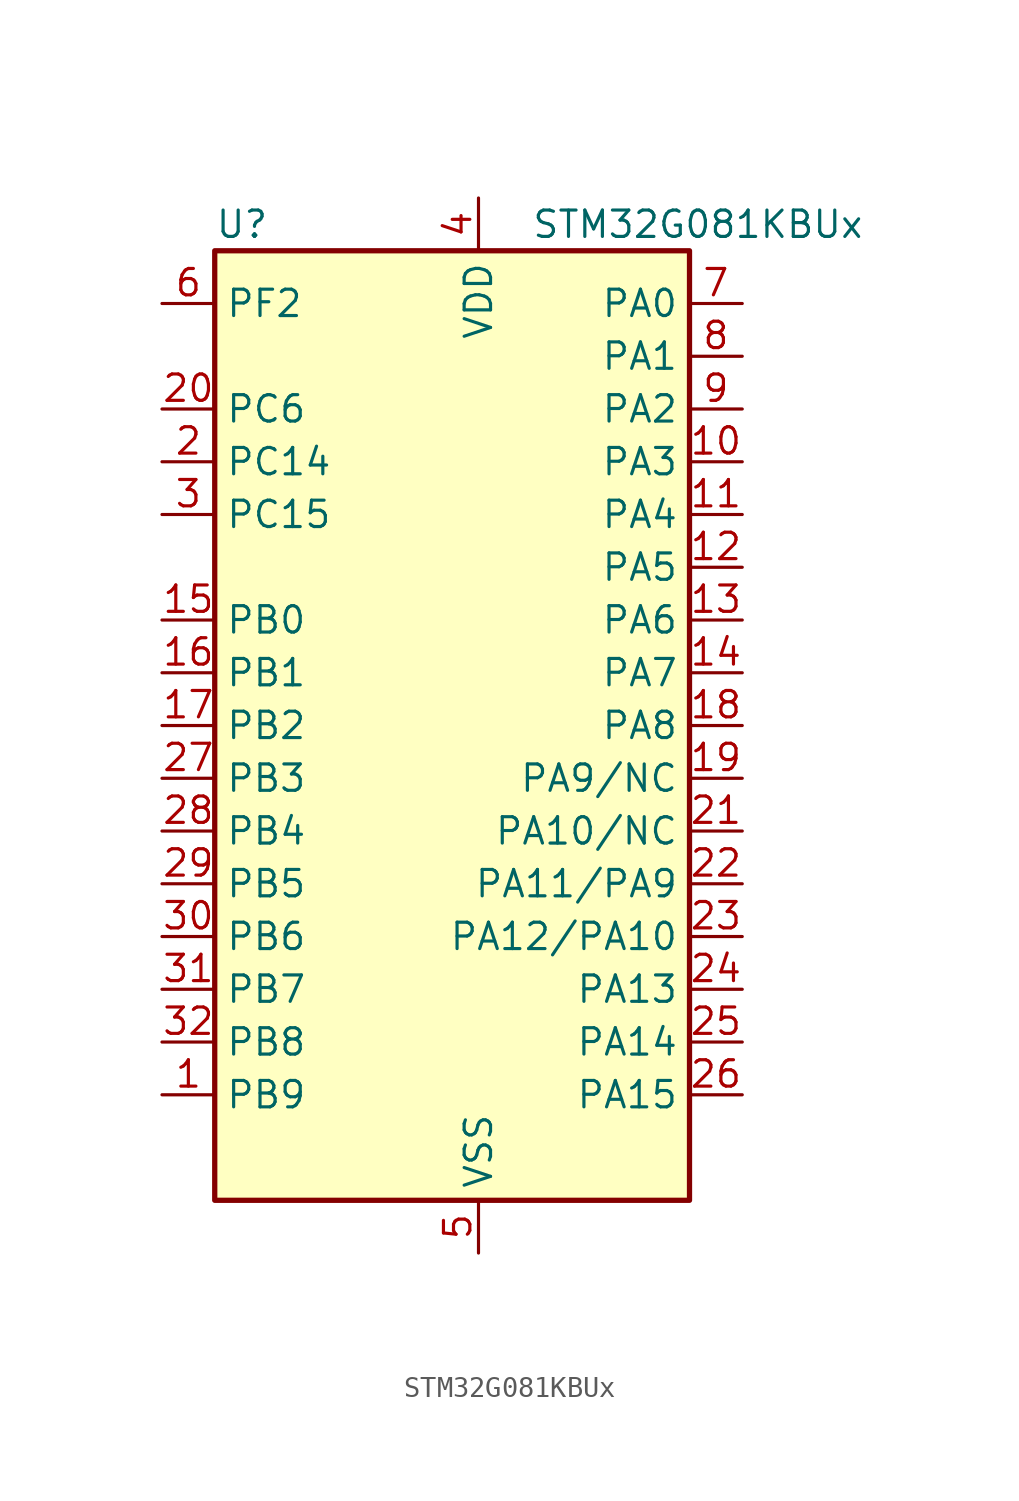
<source format=kicad_sym>
(kicad_symbol_lib
  (version 20220914)
  (generator kicad_symbol_editor)
  (symbol "STM32G081KBUx"
    (property "Reference" "U"
      (at -10.16 24.13 0)
      (effects (font (size 1.27 1.27)) (justify left)))
    (property "Value" "STM32G081KBUx"
      (at 5.08 24.13 0)
      (effects (font (size 1.27 1.27)) (justify left)))
    (property "ki_locked" ""
      (at 0 0 0)
      (effects (font (size 1.27 1.27))))
    (symbol "STM32G081KBUx_0_1"
      (rectangle (start -10.16 -22.86) (end 12.7 22.86) (stroke (width 0.254) (type default)) (fill (type background))))
    (symbol "STM32G081KBUx_1_1"
      (pin bidirectional line (at -12.7 -17.78 0) (length 2.54) (name "PB9" (effects (font (size 1.27 1.27)))) (number "1" (effects (font (size 1.27 1.27)))) (alternate "DAC1_EXTI9" bidirectional line) (alternate "I2C1_SDA" bidirectional line) (alternate "IR_OUT" bidirectional line) (alternate "SPI2_NSS" bidirectional line) (alternate "TIM17_CH1" bidirectional line) (alternate "USART3_RX" bidirectional line))
      (pin bidirectional line (at 15.24 12.7 180) (length 2.54) (name "PA3" (effects (font (size 1.27 1.27)))) (number "10" (effects (font (size 1.27 1.27)))) (alternate "ADC1_IN3" bidirectional line) (alternate "COMP2_INP" bidirectional line) (alternate "LPUART1_RX" bidirectional line) (alternate "SPI2_MISO" bidirectional line) (alternate "TIM15_CH2" bidirectional line) (alternate "TIM2_CH4" bidirectional line) (alternate "USART2_RX" bidirectional line))
      (pin bidirectional line (at 15.24 10.16 180) (length 2.54) (name "PA4" (effects (font (size 1.27 1.27)))) (number "11" (effects (font (size 1.27 1.27)))) (alternate "ADC1_IN4" bidirectional line) (alternate "DAC1_OUT1" bidirectional line) (alternate "I2S1_WS" bidirectional line) (alternate "LPTIM2_OUT" bidirectional line) (alternate "RTC_OUT_ALARM" bidirectional line) (alternate "RTC_OUT_CALIB" bidirectional line) (alternate "RTC_TAMP_IN1" bidirectional line) (alternate "RTC_TS" bidirectional line) (alternate "SPI1_NSS" bidirectional line) (alternate "SPI2_MOSI" bidirectional line) (alternate "SYS_WKUP2" bidirectional line) (alternate "TIM14_CH1" bidirectional line))
      (pin bidirectional line (at 15.24 7.62 180) (length 2.54) (name "PA5" (effects (font (size 1.27 1.27)))) (number "12" (effects (font (size 1.27 1.27)))) (alternate "ADC1_IN5" bidirectional line) (alternate "CEC" bidirectional line) (alternate "DAC1_OUT2" bidirectional line) (alternate "I2S1_CK" bidirectional line) (alternate "LPTIM2_ETR" bidirectional line) (alternate "SPI1_SCK" bidirectional line) (alternate "TIM2_CH1" bidirectional line) (alternate "TIM2_ETR" bidirectional line) (alternate "UCPD1_FRSTX1" bidirectional line) (alternate "UCPD1_FRSTX2" bidirectional line) (alternate "USART3_TX" bidirectional line))
      (pin bidirectional line (at 15.24 5.08 180) (length 2.54) (name "PA6" (effects (font (size 1.27 1.27)))) (number "13" (effects (font (size 1.27 1.27)))) (alternate "ADC1_IN6" bidirectional line) (alternate "COMP1_OUT" bidirectional line) (alternate "I2S1_MCK" bidirectional line) (alternate "LPUART1_CTS" bidirectional line) (alternate "SPI1_MISO" bidirectional line) (alternate "TIM16_CH1" bidirectional line) (alternate "TIM1_BK" bidirectional line) (alternate "TIM3_CH1" bidirectional line) (alternate "USART3_CTS" bidirectional line) (alternate "USART3_NSS" bidirectional line))
      (pin bidirectional line (at 15.24 2.54 180) (length 2.54) (name "PA7" (effects (font (size 1.27 1.27)))) (number "14" (effects (font (size 1.27 1.27)))) (alternate "ADC1_IN7" bidirectional line) (alternate "COMP2_OUT" bidirectional line) (alternate "I2S1_SD" bidirectional line) (alternate "SPI1_MOSI" bidirectional line) (alternate "TIM14_CH1" bidirectional line) (alternate "TIM17_CH1" bidirectional line) (alternate "TIM1_CH1N" bidirectional line) (alternate "TIM3_CH2" bidirectional line) (alternate "UCPD1_FRSTX1" bidirectional line) (alternate "UCPD1_FRSTX2" bidirectional line))
      (pin bidirectional line (at -12.7 5.08 0) (length 2.54) (name "PB0" (effects (font (size 1.27 1.27)))) (number "15" (effects (font (size 1.27 1.27)))) (alternate "ADC1_IN8" bidirectional line) (alternate "COMP1_OUT" bidirectional line) (alternate "I2S1_WS" bidirectional line) (alternate "LPTIM1_OUT" bidirectional line) (alternate "SPI1_NSS" bidirectional line) (alternate "TIM1_CH2N" bidirectional line) (alternate "TIM3_CH3" bidirectional line) (alternate "UCPD1_FRSTX1" bidirectional line) (alternate "UCPD1_FRSTX2" bidirectional line) (alternate "USART3_RX" bidirectional line))
      (pin bidirectional line (at -12.7 2.54 0) (length 2.54) (name "PB1" (effects (font (size 1.27 1.27)))) (number "16" (effects (font (size 1.27 1.27)))) (alternate "ADC1_IN9" bidirectional line) (alternate "COMP1_INM" bidirectional line) (alternate "LPTIM2_IN1" bidirectional line) (alternate "LPUART1_DE" bidirectional line) (alternate "LPUART1_RTS" bidirectional line) (alternate "TIM14_CH1" bidirectional line) (alternate "TIM1_CH3N" bidirectional line) (alternate "TIM3_CH4" bidirectional line) (alternate "USART3_CK" bidirectional line) (alternate "USART3_DE" bidirectional line) (alternate "USART3_RTS" bidirectional line))
      (pin bidirectional line (at -12.7 0 0) (length 2.54) (name "PB2" (effects (font (size 1.27 1.27)))) (number "17" (effects (font (size 1.27 1.27)))) (alternate "ADC1_IN10" bidirectional line) (alternate "COMP1_INP" bidirectional line) (alternate "LPTIM1_OUT" bidirectional line) (alternate "SPI2_MISO" bidirectional line) (alternate "USART3_TX" bidirectional line))
      (pin bidirectional line (at 15.24 0 180) (length 2.54) (name "PA8" (effects (font (size 1.27 1.27)))) (number "18" (effects (font (size 1.27 1.27)))) (alternate "LPTIM2_OUT" bidirectional line) (alternate "RCC_MCO" bidirectional line) (alternate "SPI2_NSS" bidirectional line) (alternate "TIM1_CH1" bidirectional line) (alternate "UCPD1_CC1" bidirectional line))
      (pin bidirectional line (at 15.24 -2.54 180) (length 2.54) (name "PA9/NC" (effects (font (size 1.27 1.27)))) (number "19" (effects (font (size 1.27 1.27)))) (alternate "DAC1_EXTI9" bidirectional line) (alternate "I2C1_SCL" bidirectional line) (alternate "RCC_MCO" bidirectional line) (alternate "SPI2_MISO" bidirectional line) (alternate "TIM15_BK" bidirectional line) (alternate "TIM1_CH2" bidirectional line) (alternate "UCPD1_DBCC1" bidirectional line) (alternate "USART1_TX" bidirectional line))
      (pin bidirectional line (at -12.7 12.7 0) (length 2.54) (name "PC14" (effects (font (size 1.27 1.27)))) (number "2" (effects (font (size 1.27 1.27)))) (alternate "RCC_OSC32_IN" bidirectional line) (alternate "RCC_OSC_IN" bidirectional line) (alternate "TIM1_BK2" bidirectional line))
      (pin bidirectional line (at -12.7 15.24 0) (length 2.54) (name "PC6" (effects (font (size 1.27 1.27)))) (number "20" (effects (font (size 1.27 1.27)))) (alternate "TIM2_CH3" bidirectional line) (alternate "TIM3_CH1" bidirectional line) (alternate "UCPD1_FRSTX1" bidirectional line) (alternate "UCPD1_FRSTX2" bidirectional line))
      (pin bidirectional line (at 15.24 -5.08 180) (length 2.54) (name "PA10/NC" (effects (font (size 1.27 1.27)))) (number "21" (effects (font (size 1.27 1.27)))) (alternate "I2C1_SDA" bidirectional line) (alternate "SPI2_MOSI" bidirectional line) (alternate "TIM17_BK" bidirectional line) (alternate "TIM1_CH3" bidirectional line) (alternate "UCPD1_DBCC2" bidirectional line) (alternate "USART1_RX" bidirectional line))
      (pin bidirectional line (at 15.24 -7.62 180) (length 2.54) (name "PA11/PA9" (effects (font (size 1.27 1.27)))) (number "22" (effects (font (size 1.27 1.27)))) (alternate "ADC1_EXTI11" bidirectional line) (alternate "COMP1_OUT" bidirectional line) (alternate "I2C2_SCL" bidirectional line) (alternate "I2S1_MCK" bidirectional line) (alternate "SPI1_MISO" bidirectional line) (alternate "TIM1_BK2" bidirectional line) (alternate "TIM1_CH4" bidirectional line) (alternate "USART1_CTS" bidirectional line) (alternate "USART1_NSS" bidirectional line))
      (pin bidirectional line (at 15.24 -10.16 180) (length 2.54) (name "PA12/PA10" (effects (font (size 1.27 1.27)))) (number "23" (effects (font (size 1.27 1.27)))) (alternate "COMP2_OUT" bidirectional line) (alternate "I2C2_SDA" bidirectional line) (alternate "I2S1_SD" bidirectional line) (alternate "I2S_CKIN" bidirectional line) (alternate "SPI1_MOSI" bidirectional line) (alternate "TIM1_ETR" bidirectional line) (alternate "USART1_CK" bidirectional line) (alternate "USART1_DE" bidirectional line) (alternate "USART1_RTS" bidirectional line))
      (pin bidirectional line (at 15.24 -12.7 180) (length 2.54) (name "PA13" (effects (font (size 1.27 1.27)))) (number "24" (effects (font (size 1.27 1.27)))) (alternate "IR_OUT" bidirectional line) (alternate "SYS_SWDIO" bidirectional line))
      (pin bidirectional line (at 15.24 -15.24 180) (length 2.54) (name "PA14" (effects (font (size 1.27 1.27)))) (number "25" (effects (font (size 1.27 1.27)))) (alternate "SYS_SWCLK" bidirectional line) (alternate "USART2_TX" bidirectional line))
      (pin bidirectional line (at 15.24 -17.78 180) (length 2.54) (name "PA15" (effects (font (size 1.27 1.27)))) (number "26" (effects (font (size 1.27 1.27)))) (alternate "I2S1_WS" bidirectional line) (alternate "SPI1_NSS" bidirectional line) (alternate "TIM2_CH1" bidirectional line) (alternate "TIM2_ETR" bidirectional line) (alternate "USART2_RX" bidirectional line) (alternate "USART3_CK" bidirectional line) (alternate "USART3_DE" bidirectional line) (alternate "USART3_RTS" bidirectional line) (alternate "USART4_CK" bidirectional line) (alternate "USART4_DE" bidirectional line) (alternate "USART4_RTS" bidirectional line))
      (pin bidirectional line (at -12.7 -2.54 0) (length 2.54) (name "PB3" (effects (font (size 1.27 1.27)))) (number "27" (effects (font (size 1.27 1.27)))) (alternate "COMP2_INM" bidirectional line) (alternate "I2S1_CK" bidirectional line) (alternate "SPI1_SCK" bidirectional line) (alternate "TIM1_CH2" bidirectional line) (alternate "TIM2_CH2" bidirectional line) (alternate "USART1_CK" bidirectional line) (alternate "USART1_DE" bidirectional line) (alternate "USART1_RTS" bidirectional line))
      (pin bidirectional line (at -12.7 -5.08 0) (length 2.54) (name "PB4" (effects (font (size 1.27 1.27)))) (number "28" (effects (font (size 1.27 1.27)))) (alternate "COMP2_INP" bidirectional line) (alternate "I2S1_MCK" bidirectional line) (alternate "SPI1_MISO" bidirectional line) (alternate "TIM17_BK" bidirectional line) (alternate "TIM3_CH1" bidirectional line) (alternate "USART1_CTS" bidirectional line) (alternate "USART1_NSS" bidirectional line))
      (pin bidirectional line (at -12.7 -7.62 0) (length 2.54) (name "PB5" (effects (font (size 1.27 1.27)))) (number "29" (effects (font (size 1.27 1.27)))) (alternate "COMP2_OUT" bidirectional line) (alternate "I2C1_SMBA" bidirectional line) (alternate "I2S1_SD" bidirectional line) (alternate "LPTIM1_IN1" bidirectional line) (alternate "SPI1_MOSI" bidirectional line) (alternate "SYS_WKUP6" bidirectional line) (alternate "TIM16_BK" bidirectional line) (alternate "TIM3_CH2" bidirectional line))
      (pin bidirectional line (at -12.7 10.16 0) (length 2.54) (name "PC15" (effects (font (size 1.27 1.27)))) (number "3" (effects (font (size 1.27 1.27)))) (alternate "RCC_OSC32_EN" bidirectional line) (alternate "RCC_OSC32_OUT" bidirectional line) (alternate "RCC_OSC_EN" bidirectional line) (alternate "TIM15_BK" bidirectional line))
      (pin bidirectional line (at -12.7 -10.16 0) (length 2.54) (name "PB6" (effects (font (size 1.27 1.27)))) (number "30" (effects (font (size 1.27 1.27)))) (alternate "COMP2_INP" bidirectional line) (alternate "I2C1_SCL" bidirectional line) (alternate "LPTIM1_ETR" bidirectional line) (alternate "SPI2_MISO" bidirectional line) (alternate "TIM16_CH1N" bidirectional line) (alternate "TIM1_CH3" bidirectional line) (alternate "USART1_TX" bidirectional line))
      (pin bidirectional line (at -12.7 -12.7 0) (length 2.54) (name "PB7" (effects (font (size 1.27 1.27)))) (number "31" (effects (font (size 1.27 1.27)))) (alternate "COMP2_INM" bidirectional line) (alternate "I2C1_SDA" bidirectional line) (alternate "LPTIM1_IN2" bidirectional line) (alternate "SPI2_MOSI" bidirectional line) (alternate "SYS_PVD_IN" bidirectional line) (alternate "TIM17_CH1N" bidirectional line) (alternate "USART1_RX" bidirectional line) (alternate "USART4_CTS" bidirectional line) (alternate "USART4_NSS" bidirectional line))
      (pin bidirectional line (at -12.7 -15.24 0) (length 2.54) (name "PB8" (effects (font (size 1.27 1.27)))) (number "32" (effects (font (size 1.27 1.27)))) (alternate "CEC" bidirectional line) (alternate "I2C1_SCL" bidirectional line) (alternate "SPI2_SCK" bidirectional line) (alternate "TIM15_BK" bidirectional line) (alternate "TIM16_CH1" bidirectional line) (alternate "USART3_TX" bidirectional line))
      (pin passive line (at 2.54 -25.4 90) (length 2.54) hide (name "VSS" (effects (font (size 1.27 1.27)))) (number "33" (effects (font (size 1.27 1.27)))))
      (pin power_in line (at 2.54 25.4 270) (length 2.54) (name "VDD" (effects (font (size 1.27 1.27)))) (number "4" (effects (font (size 1.27 1.27)))))
      (pin power_in line (at 2.54 -25.4 90) (length 2.54) (name "VSS" (effects (font (size 1.27 1.27)))) (number "5" (effects (font (size 1.27 1.27)))))
      (pin bidirectional line (at -12.7 20.32 0) (length 2.54) (name "PF2" (effects (font (size 1.27 1.27)))) (number "6" (effects (font (size 1.27 1.27)))) (alternate "RCC_MCO" bidirectional line))
      (pin bidirectional line (at 15.24 20.32 180) (length 2.54) (name "PA0" (effects (font (size 1.27 1.27)))) (number "7" (effects (font (size 1.27 1.27)))) (alternate "ADC1_IN0" bidirectional line) (alternate "COMP1_INM" bidirectional line) (alternate "COMP1_OUT" bidirectional line) (alternate "LPTIM1_OUT" bidirectional line) (alternate "RTC_TAMP_IN2" bidirectional line) (alternate "SPI2_SCK" bidirectional line) (alternate "SYS_WKUP1" bidirectional line) (alternate "TIM2_CH1" bidirectional line) (alternate "TIM2_ETR" bidirectional line) (alternate "USART2_CTS" bidirectional line) (alternate "USART2_NSS" bidirectional line) (alternate "USART4_TX" bidirectional line))
      (pin bidirectional line (at 15.24 17.78 180) (length 2.54) (name "PA1" (effects (font (size 1.27 1.27)))) (number "8" (effects (font (size 1.27 1.27)))) (alternate "ADC1_IN1" bidirectional line) (alternate "COMP1_INP" bidirectional line) (alternate "I2C1_SMBA" bidirectional line) (alternate "I2S1_CK" bidirectional line) (alternate "SPI1_SCK" bidirectional line) (alternate "TIM15_CH1N" bidirectional line) (alternate "TIM2_CH2" bidirectional line) (alternate "USART2_CK" bidirectional line) (alternate "USART2_DE" bidirectional line) (alternate "USART2_RTS" bidirectional line) (alternate "USART4_RX" bidirectional line))
      (pin bidirectional line (at 15.24 15.24 180) (length 2.54) (name "PA2" (effects (font (size 1.27 1.27)))) (number "9" (effects (font (size 1.27 1.27)))) (alternate "ADC1_IN2" bidirectional line) (alternate "COMP2_INM" bidirectional line) (alternate "COMP2_OUT" bidirectional line) (alternate "I2S1_SD" bidirectional line) (alternate "LPUART1_TX" bidirectional line) (alternate "RCC_LSCO" bidirectional line) (alternate "SPI1_MOSI" bidirectional line) (alternate "SYS_WKUP4" bidirectional line) (alternate "TIM15_CH1" bidirectional line) (alternate "TIM2_CH3" bidirectional line) (alternate "UCPD1_FRSTX1" bidirectional line) (alternate "UCPD1_FRSTX2" bidirectional line) (alternate "USART2_TX" bidirectional line)))))
</source>
